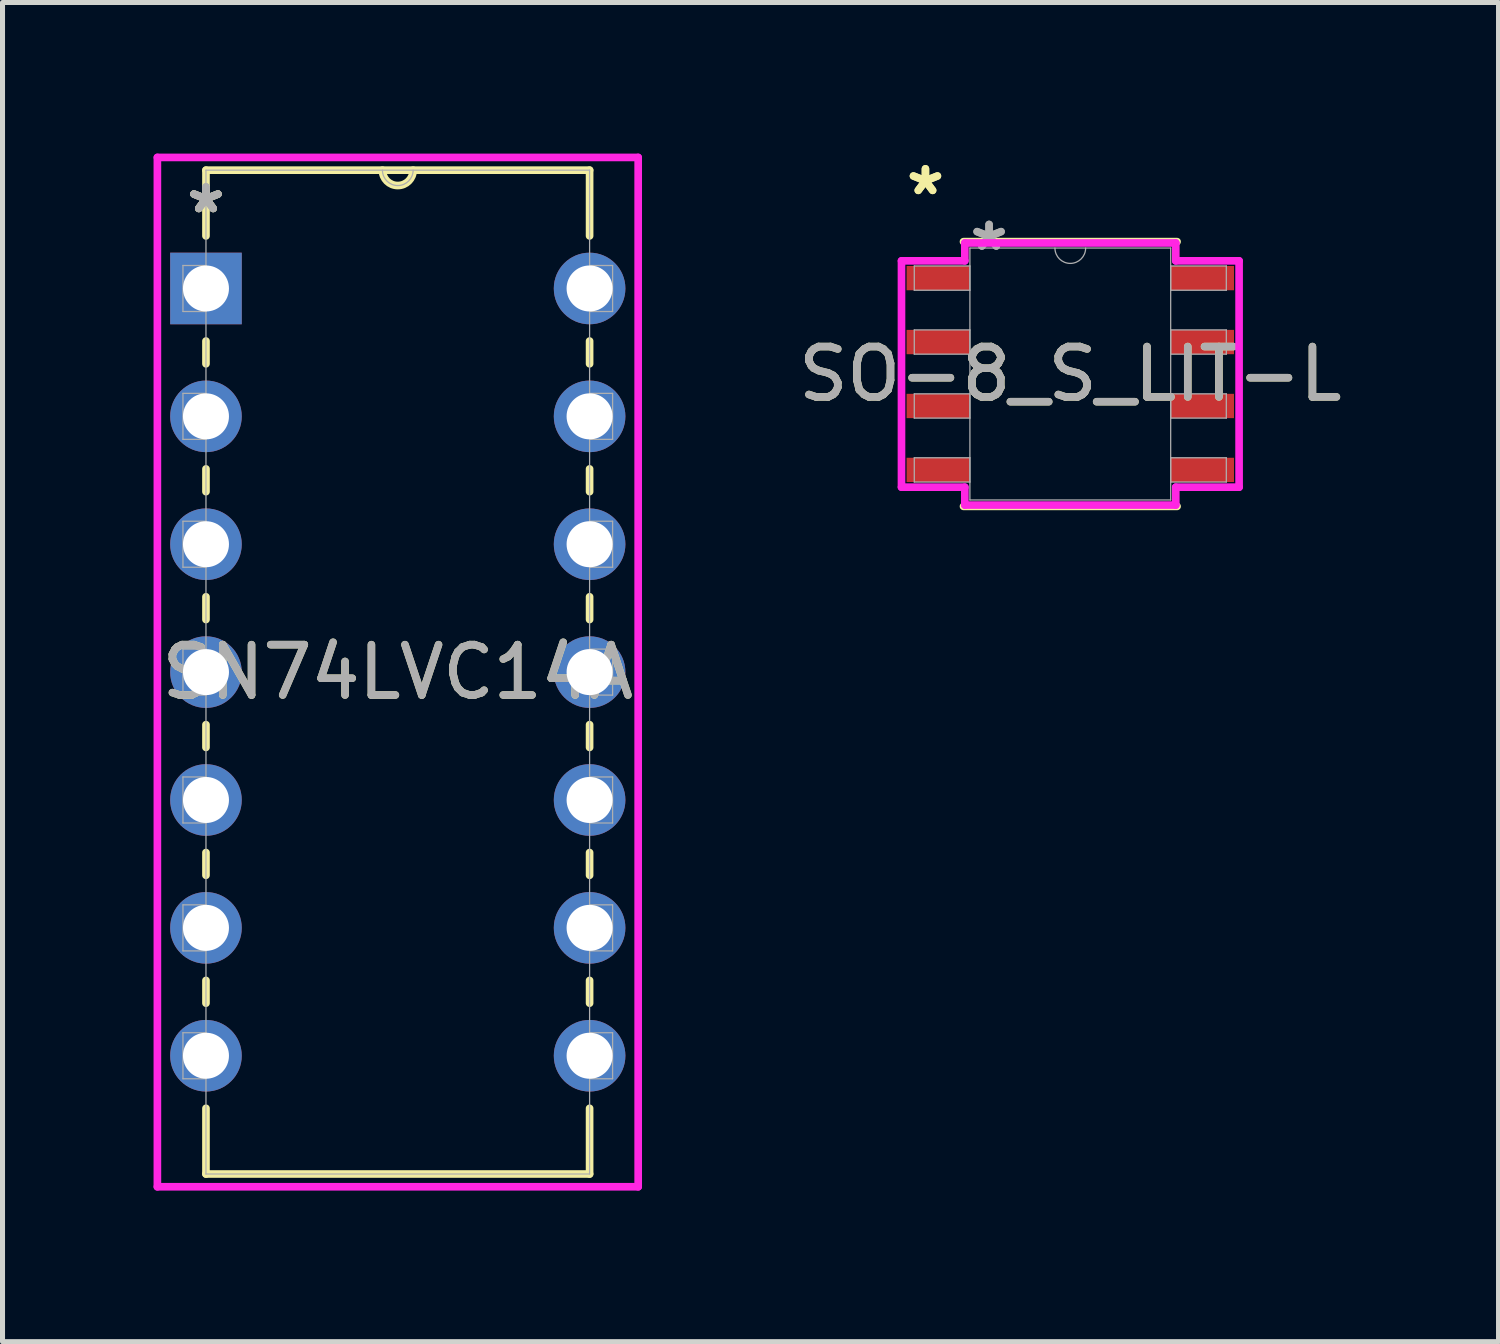
<source format=kicad_pcb>
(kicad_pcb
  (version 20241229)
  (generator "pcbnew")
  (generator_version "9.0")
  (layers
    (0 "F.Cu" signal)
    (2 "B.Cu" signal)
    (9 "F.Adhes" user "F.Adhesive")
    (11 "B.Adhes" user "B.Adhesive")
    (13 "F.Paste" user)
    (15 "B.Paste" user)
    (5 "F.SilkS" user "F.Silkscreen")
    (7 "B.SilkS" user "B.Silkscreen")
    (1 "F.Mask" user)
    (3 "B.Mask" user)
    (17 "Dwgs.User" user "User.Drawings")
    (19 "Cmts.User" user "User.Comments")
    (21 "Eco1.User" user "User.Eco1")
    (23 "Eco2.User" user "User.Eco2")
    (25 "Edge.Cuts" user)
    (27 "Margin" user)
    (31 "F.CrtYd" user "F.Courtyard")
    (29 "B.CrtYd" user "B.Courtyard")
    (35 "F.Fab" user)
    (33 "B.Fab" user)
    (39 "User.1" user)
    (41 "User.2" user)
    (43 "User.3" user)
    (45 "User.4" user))
  (footprint "SO-8_S_LIT-L"
    (layer "F.Cu")
    (at 18.209 4.379)
    (property "Reference" "SO-8_S_LIT-L" (at 0 0 0) (unlocked yes) (layer "F.SilkS") (effects (font (size 1 1) (thickness 0.15))))
    (attr smd)
    (fp_line (start -2.121 2.629) (end 2.121 2.629) (stroke (width 0.152) (type solid)) (layer "F.SilkS"))
    (fp_line (start 2.121 -2.629) (end -2.121 -2.629) (stroke (width 0.152) (type solid)) (layer "F.SilkS"))
    (fp_line (start -3.353 -2.248) (end -2.095 -2.248) (stroke (width 0.152) (type solid)) (layer "F.CrtYd"))
    (fp_line (start -3.353 2.248) (end -3.353 -2.248) (stroke (width 0.152) (type solid)) (layer "F.CrtYd"))
    (fp_line (start -3.353 2.248) (end -2.095 2.248) (stroke (width 0.152) (type solid)) (layer "F.CrtYd"))
    (fp_line (start -2.095 -2.603) (end 2.095 -2.603) (stroke (width 0.152) (type solid)) (layer "F.CrtYd"))
    (fp_line (start -2.095 -2.248) (end -2.095 -2.603) (stroke (width 0.152) (type solid)) (layer "F.CrtYd"))
    (fp_line (start -2.095 2.603) (end -2.095 2.248) (stroke (width 0.152) (type solid)) (layer "F.CrtYd"))
    (fp_line (start 2.095 -2.603) (end 2.095 -2.248) (stroke (width 0.152) (type solid)) (layer "F.CrtYd"))
    (fp_line (start 2.095 2.248) (end 2.095 2.603) (stroke (width 0.152) (type solid)) (layer "F.CrtYd"))
    (fp_line (start 2.095 2.603) (end -2.095 2.603) (stroke (width 0.152) (type solid)) (layer "F.CrtYd"))
    (fp_line (start 3.353 -2.248) (end 2.095 -2.248) (stroke (width 0.152) (type solid)) (layer "F.CrtYd"))
    (fp_line (start 3.353 -2.248) (end 3.353 2.248) (stroke (width 0.152) (type solid)) (layer "F.CrtYd"))
    (fp_line (start 3.353 2.248) (end 2.095 2.248) (stroke (width 0.152) (type solid)) (layer "F.CrtYd"))
    (fp_line (start -3.099 -2.146) (end -3.099 -1.664) (stroke (width 0.025) (type solid)) (layer "F.Fab"))
    (fp_line (start -3.099 -1.664) (end -1.994 -1.664) (stroke (width 0.025) (type solid)) (layer "F.Fab"))
    (fp_line (start -3.099 -0.876) (end -3.099 -0.394) (stroke (width 0.025) (type solid)) (layer "F.Fab"))
    (fp_line (start -3.099 -0.394) (end -1.994 -0.394) (stroke (width 0.025) (type solid)) (layer "F.Fab"))
    (fp_line (start -3.099 0.394) (end -3.099 0.876) (stroke (width 0.025) (type solid)) (layer "F.Fab"))
    (fp_line (start -3.099 0.876) (end -1.994 0.876) (stroke (width 0.025) (type solid)) (layer "F.Fab"))
    (fp_line (start -3.099 1.664) (end -3.099 2.146) (stroke (width 0.025) (type solid)) (layer "F.Fab"))
    (fp_line (start -3.099 2.146) (end -1.994 2.146) (stroke (width 0.025) (type solid)) (layer "F.Fab"))
    (fp_line (start -1.994 -2.502) (end -1.994 2.502) (stroke (width 0.025) (type solid)) (layer "F.Fab"))
    (fp_line (start -1.994 -2.146) (end -3.099 -2.146) (stroke (width 0.025) (type solid)) (layer "F.Fab"))
    (fp_line (start -1.994 -1.664) (end -1.994 -2.146) (stroke (width 0.025) (type solid)) (layer "F.Fab"))
    (fp_line (start -1.994 -0.876) (end -3.099 -0.876) (stroke (width 0.025) (type solid)) (layer "F.Fab"))
    (fp_line (start -1.994 -0.394) (end -1.994 -0.876) (stroke (width 0.025) (type solid)) (layer "F.Fab"))
    (fp_line (start -1.994 0.394) (end -3.099 0.394) (stroke (width 0.025) (type solid)) (layer "F.Fab"))
    (fp_line (start -1.994 0.876) (end -1.994 0.394) (stroke (width 0.025) (type solid)) (layer "F.Fab"))
    (fp_line (start -1.994 1.664) (end -3.099 1.664) (stroke (width 0.025) (type solid)) (layer "F.Fab"))
    (fp_line (start -1.994 2.146) (end -1.994 1.664) (stroke (width 0.025) (type solid)) (layer "F.Fab"))
    (fp_line (start -1.994 2.502) (end 1.994 2.502) (stroke (width 0.025) (type solid)) (layer "F.Fab"))
    (fp_line (start 1.994 -2.502) (end -1.994 -2.502) (stroke (width 0.025) (type solid)) (layer "F.Fab"))
    (fp_line (start 1.994 -2.146) (end 1.994 -1.664) (stroke (width 0.025) (type solid)) (layer "F.Fab"))
    (fp_line (start 1.994 -1.664) (end 3.099 -1.664) (stroke (width 0.025) (type solid)) (layer "F.Fab"))
    (fp_line (start 1.994 -0.876) (end 1.994 -0.394) (stroke (width 0.025) (type solid)) (layer "F.Fab"))
    (fp_line (start 1.994 -0.394) (end 3.099 -0.394) (stroke (width 0.025) (type solid)) (layer "F.Fab"))
    (fp_line (start 1.994 0.394) (end 1.994 0.876) (stroke (width 0.025) (type solid)) (layer "F.Fab"))
    (fp_line (start 1.994 0.876) (end 3.099 0.876) (stroke (width 0.025) (type solid)) (layer "F.Fab"))
    (fp_line (start 1.994 1.664) (end 1.994 2.146) (stroke (width 0.025) (type solid)) (layer "F.Fab"))
    (fp_line (start 1.994 2.146) (end 3.099 2.146) (stroke (width 0.025) (type solid)) (layer "F.Fab"))
    (fp_line (start 1.994 2.502) (end 1.994 -2.502) (stroke (width 0.025) (type solid)) (layer "F.Fab"))
    (fp_line (start 3.099 -2.146) (end 1.994 -2.146) (stroke (width 0.025) (type solid)) (layer "F.Fab"))
    (fp_line (start 3.099 -1.664) (end 3.099 -2.146) (stroke (width 0.025) (type solid)) (layer "F.Fab"))
    (fp_line (start 3.099 -0.876) (end 1.994 -0.876) (stroke (width 0.025) (type solid)) (layer "F.Fab"))
    (fp_line (start 3.099 -0.394) (end 3.099 -0.876) (stroke (width 0.025) (type solid)) (layer "F.Fab"))
    (fp_line (start 3.099 0.394) (end 1.994 0.394) (stroke (width 0.025) (type solid)) (layer "F.Fab"))
    (fp_line (start 3.099 0.876) (end 3.099 0.394) (stroke (width 0.025) (type solid)) (layer "F.Fab"))
    (fp_line (start 3.099 1.664) (end 1.994 1.664) (stroke (width 0.025) (type solid)) (layer "F.Fab"))
    (fp_line (start 3.099 2.146) (end 3.099 1.664) (stroke (width 0.025) (type solid)) (layer "F.Fab"))
    (fp_arc (start 0.3048 -2.5019) (mid 0 -2.1971) (end -0.3048 -2.5019) (stroke (width 0.0254) (type solid)) (layer "F.Fab"))
    (fp_text user "*" (at -2.877 -3.531 0) (layer "F.SilkS") (effects (font (size 1 1) (thickness 0.15))))
    (fp_text user "*" (at -2.877 -3.531 0) (unlocked yes) (layer "F.SilkS") (effects (font (size 1 1) (thickness 0.15))))
    (fp_text user "${REFERENCE}" (at 0 0 0) (unlocked yes) (layer "F.Fab") (effects (font (size 1 1) (thickness 0.15))))
    (fp_text user "*" (at -1.613 -2.426 0) (layer "F.Fab") (effects (font (size 1 1) (thickness 0.15))))
    (fp_text user "*" (at -1.613 -2.426 0) (unlocked yes) (layer "F.Fab") (effects (font (size 1 1) (thickness 0.15))))
    (pad "1" smd rect (at -2.623 -1.905) (size 1.257 0.483) (layers "F.Cu" "F.Mask" "F.Paste"))
    (pad "2" smd rect (at -2.623 -0.635) (size 1.257 0.483) (layers "F.Cu" "F.Mask" "F.Paste"))
    (pad "3" smd rect (at -2.623 0.635) (size 1.257 0.483) (layers "F.Cu" "F.Mask" "F.Paste"))
    (pad "4" smd rect (at -2.623 1.905) (size 1.257 0.483) (layers "F.Cu" "F.Mask" "F.Paste"))
    (pad "5" smd rect (at 2.623 1.905) (size 1.257 0.483) (layers "F.Cu" "F.Mask" "F.Paste"))
    (pad "6" smd rect (at 2.623 0.635) (size 1.257 0.483) (layers "F.Cu" "F.Mask" "F.Paste"))
    (pad "7" smd rect (at 2.623 -0.635) (size 1.257 0.483) (layers "F.Cu" "F.Mask" "F.Paste"))
    (pad "8" smd rect (at 2.623 -1.905) (size 1.257 0.483) (layers "F.Cu" "F.Mask" "F.Paste")))
  (footprint "SN74LVC14A"
    (layer "F.Cu")
    (at 8.661 17.92)
    (property "Reference" "SN74LVC14A" (at -3.81 -7.62 0) (unlocked yes) (layer "F.SilkS") (effects (font (size 1 1) (thickness 0.15))))
    (attr through_hole)
    (fp_line (start -7.62 -17.59) (end -7.62 -16.284) (stroke (width 0.152) (type solid)) (layer "F.SilkS"))
    (fp_line (start -7.62 -14.196) (end -7.62 -13.744) (stroke (width 0.152) (type solid)) (layer "F.SilkS"))
    (fp_line (start -7.62 -11.656) (end -7.62 -11.204) (stroke (width 0.152) (type solid)) (layer "F.SilkS"))
    (fp_line (start -7.62 -9.116) (end -7.62 -8.664) (stroke (width 0.152) (type solid)) (layer "F.SilkS"))
    (fp_line (start -7.62 -6.576) (end -7.62 -6.124) (stroke (width 0.152) (type solid)) (layer "F.SilkS"))
    (fp_line (start -7.62 -4.036) (end -7.62 -3.584) (stroke (width 0.152) (type solid)) (layer "F.SilkS"))
    (fp_line (start -7.62 -1.496) (end -7.62 -1.044) (stroke (width 0.152) (type solid)) (layer "F.SilkS"))
    (fp_line (start -7.62 1.044) (end -7.62 2.349) (stroke (width 0.152) (type solid)) (layer "F.SilkS"))
    (fp_line (start -7.62 2.349) (end 0 2.349) (stroke (width 0.152) (type solid)) (layer "F.SilkS"))
    (fp_line (start 0 -17.59) (end -7.62 -17.59) (stroke (width 0.152) (type solid)) (layer "F.SilkS"))
    (fp_line (start 0 -16.284) (end 0 -17.59) (stroke (width 0.152) (type solid)) (layer "F.SilkS"))
    (fp_line (start 0 -13.744) (end 0 -14.196) (stroke (width 0.152) (type solid)) (layer "F.SilkS"))
    (fp_line (start 0 -11.204) (end 0 -11.656) (stroke (width 0.152) (type solid)) (layer "F.SilkS"))
    (fp_line (start 0 -8.664) (end 0 -9.116) (stroke (width 0.152) (type solid)) (layer "F.SilkS"))
    (fp_line (start 0 -6.124) (end 0 -6.576) (stroke (width 0.152) (type solid)) (layer "F.SilkS"))
    (fp_line (start 0 -3.584) (end 0 -4.036) (stroke (width 0.152) (type solid)) (layer "F.SilkS"))
    (fp_line (start 0 -1.044) (end 0 -1.496) (stroke (width 0.152) (type solid)) (layer "F.SilkS"))
    (fp_line (start 0 2.349) (end 0 1.044) (stroke (width 0.152) (type solid)) (layer "F.SilkS"))
    (fp_arc (start -3.5052 -17.5895) (mid -3.81 -17.2847) (end -4.1148 -17.5895) (stroke (width 0.1524) (type solid)) (layer "F.SilkS"))
    (fp_line (start -8.585 -17.843) (end -8.585 2.603) (stroke (width 0.152) (type solid)) (layer "F.CrtYd"))
    (fp_line (start -8.585 2.603) (end 0.965 2.603) (stroke (width 0.152) (type solid)) (layer "F.CrtYd"))
    (fp_line (start 0.965 -17.843) (end -8.585 -17.843) (stroke (width 0.152) (type solid)) (layer "F.CrtYd"))
    (fp_line (start 0.965 2.603) (end 0.965 -17.843) (stroke (width 0.152) (type solid)) (layer "F.CrtYd"))
    (fp_line (start -8.077 -15.697) (end -8.077 -14.783) (stroke (width 0.025) (type solid)) (layer "F.Fab"))
    (fp_line (start -8.077 -14.783) (end -7.62 -14.783) (stroke (width 0.025) (type solid)) (layer "F.Fab"))
    (fp_line (start -8.077 -13.157) (end -8.077 -12.243) (stroke (width 0.025) (type solid)) (layer "F.Fab"))
    (fp_line (start -8.077 -12.243) (end -7.62 -12.243) (stroke (width 0.025) (type solid)) (layer "F.Fab"))
    (fp_line (start -8.077 -10.617) (end -8.077 -9.703) (stroke (width 0.025) (type solid)) (layer "F.Fab"))
    (fp_line (start -8.077 -9.703) (end -7.62 -9.703) (stroke (width 0.025) (type solid)) (layer "F.Fab"))
    (fp_line (start -8.077 -8.077) (end -8.077 -7.163) (stroke (width 0.025) (type solid)) (layer "F.Fab"))
    (fp_line (start -8.077 -7.163) (end -7.62 -7.163) (stroke (width 0.025) (type solid)) (layer "F.Fab"))
    (fp_line (start -8.077 -5.537) (end -8.077 -4.623) (stroke (width 0.025) (type solid)) (layer "F.Fab"))
    (fp_line (start -8.077 -4.623) (end -7.62 -4.623) (stroke (width 0.025) (type solid)) (layer "F.Fab"))
    (fp_line (start -8.077 -2.997) (end -8.077 -2.083) (stroke (width 0.025) (type solid)) (layer "F.Fab"))
    (fp_line (start -8.077 -2.083) (end -7.62 -2.083) (stroke (width 0.025) (type solid)) (layer "F.Fab"))
    (fp_line (start -8.077 -0.457) (end -8.077 0.457) (stroke (width 0.025) (type solid)) (layer "F.Fab"))
    (fp_line (start -8.077 0.457) (end -7.62 0.457) (stroke (width 0.025) (type solid)) (layer "F.Fab"))
    (fp_line (start -7.62 -17.59) (end -7.62 2.349) (stroke (width 0.025) (type solid)) (layer "F.Fab"))
    (fp_line (start -7.62 -15.697) (end -8.077 -15.697) (stroke (width 0.025) (type solid)) (layer "F.Fab"))
    (fp_line (start -7.62 -14.783) (end -7.62 -15.697) (stroke (width 0.025) (type solid)) (layer "F.Fab"))
    (fp_line (start -7.62 -13.157) (end -8.077 -13.157) (stroke (width 0.025) (type solid)) (layer "F.Fab"))
    (fp_line (start -7.62 -12.243) (end -7.62 -13.157) (stroke (width 0.025) (type solid)) (layer "F.Fab"))
    (fp_line (start -7.62 -10.617) (end -8.077 -10.617) (stroke (width 0.025) (type solid)) (layer "F.Fab"))
    (fp_line (start -7.62 -9.703) (end -7.62 -10.617) (stroke (width 0.025) (type solid)) (layer "F.Fab"))
    (fp_line (start -7.62 -8.077) (end -8.077 -8.077) (stroke (width 0.025) (type solid)) (layer "F.Fab"))
    (fp_line (start -7.62 -7.163) (end -7.62 -8.077) (stroke (width 0.025) (type solid)) (layer "F.Fab"))
    (fp_line (start -7.62 -5.537) (end -8.077 -5.537) (stroke (width 0.025) (type solid)) (layer "F.Fab"))
    (fp_line (start -7.62 -4.623) (end -7.62 -5.537) (stroke (width 0.025) (type solid)) (layer "F.Fab"))
    (fp_line (start -7.62 -2.997) (end -8.077 -2.997) (stroke (width 0.025) (type solid)) (layer "F.Fab"))
    (fp_line (start -7.62 -2.083) (end -7.62 -2.997) (stroke (width 0.025) (type solid)) (layer "F.Fab"))
    (fp_line (start -7.62 -0.457) (end -8.077 -0.457) (stroke (width 0.025) (type solid)) (layer "F.Fab"))
    (fp_line (start -7.62 0.457) (end -7.62 -0.457) (stroke (width 0.025) (type solid)) (layer "F.Fab"))
    (fp_line (start -7.62 2.349) (end 0 2.349) (stroke (width 0.025) (type solid)) (layer "F.Fab"))
    (fp_line (start 0 -17.59) (end -7.62 -17.59) (stroke (width 0.025) (type solid)) (layer "F.Fab"))
    (fp_line (start 0 -15.697) (end 0 -14.783) (stroke (width 0.025) (type solid)) (layer "F.Fab"))
    (fp_line (start 0 -14.783) (end 0.457 -14.783) (stroke (width 0.025) (type solid)) (layer "F.Fab"))
    (fp_line (start 0 -13.157) (end 0 -12.243) (stroke (width 0.025) (type solid)) (layer "F.Fab"))
    (fp_line (start 0 -12.243) (end 0.457 -12.243) (stroke (width 0.025) (type solid)) (layer "F.Fab"))
    (fp_line (start 0 -10.617) (end 0 -9.703) (stroke (width 0.025) (type solid)) (layer "F.Fab"))
    (fp_line (start 0 -9.703) (end 0.457 -9.703) (stroke (width 0.025) (type solid)) (layer "F.Fab"))
    (fp_line (start 0 -8.077) (end 0 -7.163) (stroke (width 0.025) (type solid)) (layer "F.Fab"))
    (fp_line (start 0 -7.163) (end 0.457 -7.163) (stroke (width 0.025) (type solid)) (layer "F.Fab"))
    (fp_line (start 0 -5.537) (end 0 -4.623) (stroke (width 0.025) (type solid)) (layer "F.Fab"))
    (fp_line (start 0 -4.623) (end 0.457 -4.623) (stroke (width 0.025) (type solid)) (layer "F.Fab"))
    (fp_line (start 0 -2.997) (end 0 -2.083) (stroke (width 0.025) (type solid)) (layer "F.Fab"))
    (fp_line (start 0 -2.083) (end 0.457 -2.083) (stroke (width 0.025) (type solid)) (layer "F.Fab"))
    (fp_line (start 0 -0.457) (end 0 0.457) (stroke (width 0.025) (type solid)) (layer "F.Fab"))
    (fp_line (start 0 0.457) (end 0.457 0.457) (stroke (width 0.025) (type solid)) (layer "F.Fab"))
    (fp_line (start 0 2.349) (end 0 -17.59) (stroke (width 0.025) (type solid)) (layer "F.Fab"))
    (fp_line (start 0.457 -15.697) (end 0 -15.697) (stroke (width 0.025) (type solid)) (layer "F.Fab"))
    (fp_line (start 0.457 -14.783) (end 0.457 -15.697) (stroke (width 0.025) (type solid)) (layer "F.Fab"))
    (fp_line (start 0.457 -13.157) (end 0 -13.157) (stroke (width 0.025) (type solid)) (layer "F.Fab"))
    (fp_line (start 0.457 -12.243) (end 0.457 -13.157) (stroke (width 0.025) (type solid)) (layer "F.Fab"))
    (fp_line (start 0.457 -10.617) (end 0 -10.617) (stroke (width 0.025) (type solid)) (layer "F.Fab"))
    (fp_line (start 0.457 -9.703) (end 0.457 -10.617) (stroke (width 0.025) (type solid)) (layer "F.Fab"))
    (fp_line (start 0.457 -8.077) (end 0 -8.077) (stroke (width 0.025) (type solid)) (layer "F.Fab"))
    (fp_line (start 0.457 -7.163) (end 0.457 -8.077) (stroke (width 0.025) (type solid)) (layer "F.Fab"))
    (fp_line (start 0.457 -5.537) (end 0 -5.537) (stroke (width 0.025) (type solid)) (layer "F.Fab"))
    (fp_line (start 0.457 -4.623) (end 0.457 -5.537) (stroke (width 0.025) (type solid)) (layer "F.Fab"))
    (fp_line (start 0.457 -2.997) (end 0 -2.997) (stroke (width 0.025) (type solid)) (layer "F.Fab"))
    (fp_line (start 0.457 -2.083) (end 0.457 -2.997) (stroke (width 0.025) (type solid)) (layer "F.Fab"))
    (fp_line (start 0.457 -0.457) (end 0 -0.457) (stroke (width 0.025) (type solid)) (layer "F.Fab"))
    (fp_line (start 0.457 0.457) (end 0.457 -0.457) (stroke (width 0.025) (type solid)) (layer "F.Fab"))
    (fp_arc (start -3.5052 -17.5895) (mid -3.81 -17.2847) (end -4.1148 -17.5895) (stroke (width 0.0254) (type solid)) (layer "F.Fab"))
    (fp_text user "*" (at -7.62 -16.713 0) (layer "F.SilkS") (effects (font (size 1 1) (thickness 0.15))))
    (fp_text user "*" (at -7.62 -16.713 0) (unlocked yes) (layer "F.SilkS") (effects (font (size 1 1) (thickness 0.15))))
    (fp_text user "${REFERENCE}" (at -3.81 -7.62 0) (unlocked yes) (layer "F.Fab") (effects (font (size 1 1) (thickness 0.15))))
    (fp_text user "*" (at -7.62 -16.713 0) (unlocked yes) (layer "F.Fab") (effects (font (size 1 1) (thickness 0.15))))
    (fp_text user "*" (at -7.62 -16.713 0) (layer "F.Fab") (effects (font (size 1 1) (thickness 0.15))))
    (pad "1" thru_hole rect (at -7.62 -15.24) (size 1.422 1.422) (drill 0.914) (layers "*.Cu" "*.Mask"))
    (pad "2" thru_hole circle (at -7.62 -12.7) (size 1.422 1.422) (drill 0.914) (layers "*.Cu" "*.Mask"))
    (pad "3" thru_hole circle (at -7.62 -10.16) (size 1.422 1.422) (drill 0.914) (layers "*.Cu" "*.Mask"))
    (pad "4" thru_hole circle (at -7.62 -7.62) (size 1.422 1.422) (drill 0.914) (layers "*.Cu" "*.Mask"))
    (pad "5" thru_hole circle (at -7.62 -5.08) (size 1.422 1.422) (drill 0.914) (layers "*.Cu" "*.Mask"))
    (pad "6" thru_hole circle (at -7.62 -2.54) (size 1.422 1.422) (drill 0.914) (layers "*.Cu" "*.Mask"))
    (pad "7" thru_hole circle (at -7.62 0) (size 1.422 1.422) (drill 0.914) (layers "*.Cu" "*.Mask"))
    (pad "8" thru_hole circle (at 0 0) (size 1.422 1.422) (drill 0.914) (layers "*.Cu" "*.Mask"))
    (pad "9" thru_hole circle (at 0 -2.54) (size 1.422 1.422) (drill 0.914) (layers "*.Cu" "*.Mask"))
    (pad "10" thru_hole circle (at 0 -5.08) (size 1.422 1.422) (drill 0.914) (layers "*.Cu" "*.Mask"))
    (pad "11" thru_hole circle (at 0 -7.62) (size 1.422 1.422) (drill 0.914) (layers "*.Cu" "*.Mask"))
    (pad "12" thru_hole circle (at 0 -10.16) (size 1.422 1.422) (drill 0.914) (layers "*.Cu" "*.Mask"))
    (pad "13" thru_hole circle (at 0 -12.7) (size 1.422 1.422) (drill 0.914) (layers "*.Cu" "*.Mask"))
    (pad "14" thru_hole circle (at 0 -15.24) (size 1.422 1.422) (drill 0.914) (layers "*.Cu" "*.Mask")))
  (gr_rect
    (start -3 -3)
    (end 26.715 23.599)
    (stroke (width 0.1) (type default))
    (fill no)
    (layer "Edge.Cuts")))
</source>
